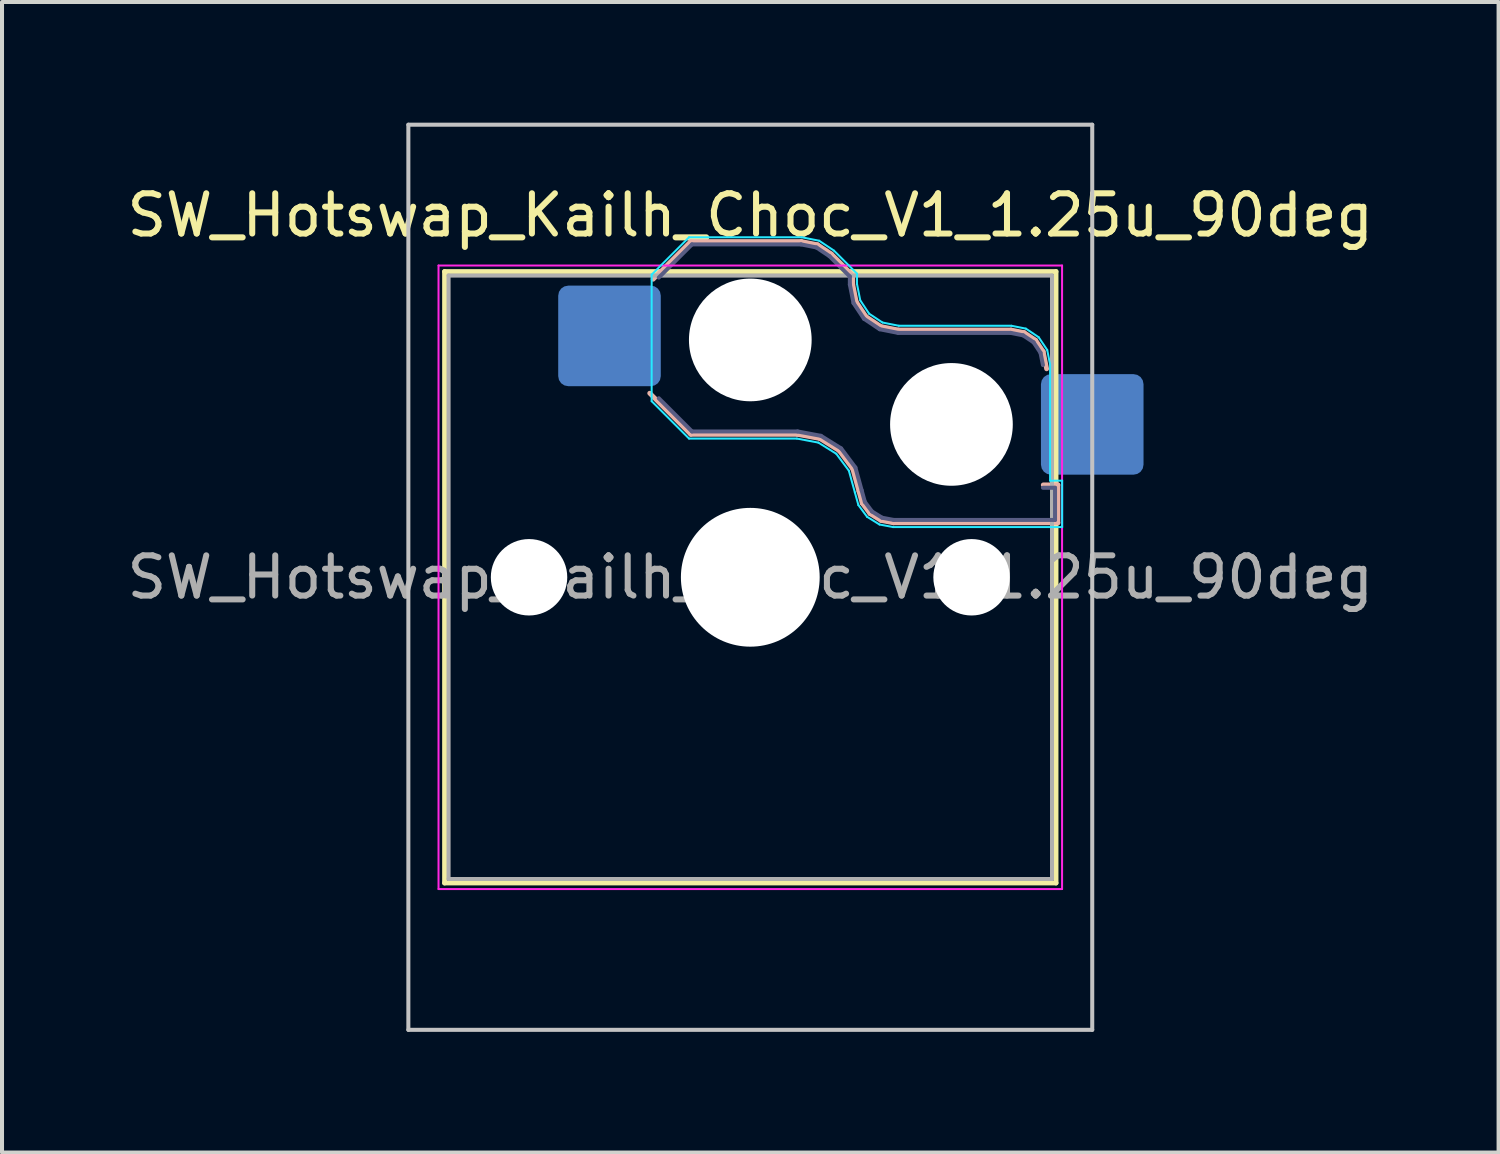
<source format=kicad_pcb>
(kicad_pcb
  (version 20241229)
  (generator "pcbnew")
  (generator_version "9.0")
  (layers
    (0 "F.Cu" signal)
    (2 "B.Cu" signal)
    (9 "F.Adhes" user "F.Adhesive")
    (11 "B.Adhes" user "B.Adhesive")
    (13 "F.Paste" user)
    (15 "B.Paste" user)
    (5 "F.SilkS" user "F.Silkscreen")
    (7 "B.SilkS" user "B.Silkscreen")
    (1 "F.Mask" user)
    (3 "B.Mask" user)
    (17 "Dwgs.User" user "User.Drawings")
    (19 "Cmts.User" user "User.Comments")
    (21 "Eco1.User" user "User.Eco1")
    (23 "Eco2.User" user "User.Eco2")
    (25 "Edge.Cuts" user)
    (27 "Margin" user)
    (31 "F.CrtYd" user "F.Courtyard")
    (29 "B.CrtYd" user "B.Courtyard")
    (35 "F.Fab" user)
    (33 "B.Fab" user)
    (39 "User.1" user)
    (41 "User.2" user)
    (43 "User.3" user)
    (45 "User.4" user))
  (footprint "SW_Hotswap_Kailh_Choc_V1_1.25u_90deg"
    (layer "F.Cu")
    (at 15.601 11.3)
    (property "Reference" "SW_Hotswap_Kailh_Choc_V1_1.25u_90deg" (at 0 -9 0) (layer "F.SilkS") (effects (font (size 1 1) (thickness 0.15))))
    (attr smd)
    (fp_line (start -7.6 -7.6) (end -7.6 7.6) (stroke (width 0.12) (type solid)) (layer "F.SilkS"))
    (fp_line (start -7.6 7.6) (end 7.6 7.6) (stroke (width 0.12) (type solid)) (layer "F.SilkS"))
    (fp_line (start 7.6 -7.6) (end -7.6 -7.6) (stroke (width 0.12) (type solid)) (layer "F.SilkS"))
    (fp_line (start 7.6 7.6) (end 7.6 -7.6) (stroke (width 0.12) (type solid)) (layer "F.SilkS"))
    (fp_line (start -2.416 -7.409) (end -1.479 -8.346) (stroke (width 0.12) (type solid)) (layer "B.SilkS"))
    (fp_line (start -1.479 -8.346) (end 1.268 -8.346) (stroke (width 0.12) (type solid)) (layer "B.SilkS"))
    (fp_line (start -1.479 -3.554) (end -2.5 -4.575) (stroke (width 0.12) (type solid)) (layer "B.SilkS"))
    (fp_line (start 1.168 -3.554) (end -1.479 -3.554) (stroke (width 0.12) (type solid)) (layer "B.SilkS"))
    (fp_line (start 1.268 -8.346) (end 1.671 -8.266) (stroke (width 0.12) (type solid)) (layer "B.SilkS"))
    (fp_line (start 1.671 -8.266) (end 2.013 -8.037) (stroke (width 0.12) (type solid)) (layer "B.SilkS"))
    (fp_line (start 1.73 -3.449) (end 1.168 -3.554) (stroke (width 0.12) (type solid)) (layer "B.SilkS"))
    (fp_line (start 2.013 -8.037) (end 2.546 -7.504) (stroke (width 0.12) (type solid)) (layer "B.SilkS"))
    (fp_line (start 2.209 -3.15) (end 1.73 -3.449) (stroke (width 0.12) (type solid)) (layer "B.SilkS"))
    (fp_line (start 2.546 -7.504) (end 2.546 -7.282) (stroke (width 0.12) (type solid)) (layer "B.SilkS"))
    (fp_line (start 2.546 -7.282) (end 2.633 -6.844) (stroke (width 0.12) (type solid)) (layer "B.SilkS"))
    (fp_line (start 2.547 -2.697) (end 2.209 -3.15) (stroke (width 0.12) (type solid)) (layer "B.SilkS"))
    (fp_line (start 2.633 -6.844) (end 2.877 -6.477) (stroke (width 0.12) (type solid)) (layer "B.SilkS"))
    (fp_line (start 2.701 -2.139) (end 2.547 -2.697) (stroke (width 0.12) (type solid)) (layer "B.SilkS"))
    (fp_line (start 2.783 -1.841) (end 2.701 -2.139) (stroke (width 0.12) (type solid)) (layer "B.SilkS"))
    (fp_line (start 2.877 -6.477) (end 3.244 -6.233) (stroke (width 0.12) (type solid)) (layer "B.SilkS"))
    (fp_line (start 2.976 -1.583) (end 2.783 -1.841) (stroke (width 0.12) (type solid)) (layer "B.SilkS"))
    (fp_line (start 3.244 -6.233) (end 3.682 -6.146) (stroke (width 0.12) (type solid)) (layer "B.SilkS"))
    (fp_line (start 3.25 -1.413) (end 2.976 -1.583) (stroke (width 0.12) (type solid)) (layer "B.SilkS"))
    (fp_line (start 3.56 -1.354) (end 3.25 -1.413) (stroke (width 0.12) (type solid)) (layer "B.SilkS"))
    (fp_line (start 3.682 -6.146) (end 6.482 -6.146) (stroke (width 0.12) (type solid)) (layer "B.SilkS"))
    (fp_line (start 6.482 -6.146) (end 6.809 -6.081) (stroke (width 0.12) (type solid)) (layer "B.SilkS"))
    (fp_line (start 6.809 -6.081) (end 7.092 -5.892) (stroke (width 0.12) (type solid)) (layer "B.SilkS"))
    (fp_line (start 7.092 -5.892) (end 7.281 -5.609) (stroke (width 0.12) (type solid)) (layer "B.SilkS"))
    (fp_line (start 7.281 -5.609) (end 7.366 -5.182) (stroke (width 0.12) (type solid)) (layer "B.SilkS"))
    (fp_line (start 7.283 -2.296) (end 7.646 -2.296) (stroke (width 0.12) (type solid)) (layer "B.SilkS"))
    (fp_line (start 7.646 -2.296) (end 7.646 -1.354) (stroke (width 0.12) (type solid)) (layer "B.SilkS"))
    (fp_line (start 7.646 -1.354) (end 3.56 -1.354) (stroke (width 0.12) (type solid)) (layer "B.SilkS"))
    (fp_line (start -8.5 -11.25) (end 8.5 -11.25) (stroke (width 0.1) (type solid)) (layer "Dwgs.User"))
    (fp_line (start -8.5 11.25) (end -8.5 -11.25) (stroke (width 0.1) (type solid)) (layer "Dwgs.User"))
    (fp_line (start 8.5 -11.25) (end 8.5 11.25) (stroke (width 0.1) (type solid)) (layer "Dwgs.User"))
    (fp_line (start 8.5 11.25) (end -8.5 11.25) (stroke (width 0.1) (type solid)) (layer "Dwgs.User"))
    (fp_line (start -7.25 -7.25) (end -7.25 7.25) (stroke (width 0.1) (type solid)) (layer "Eco1.User"))
    (fp_line (start -7.25 7.25) (end 7.25 7.25) (stroke (width 0.1) (type solid)) (layer "Eco1.User"))
    (fp_line (start 7.25 -7.25) (end -7.25 -7.25) (stroke (width 0.1) (type solid)) (layer "Eco1.User"))
    (fp_line (start 7.25 7.25) (end 7.25 -7.25) (stroke (width 0.1) (type solid)) (layer "Eco1.User"))
    (fp_line (start -2.452 -7.523) (end -1.523 -8.452) (stroke (width 0.05) (type solid)) (layer "B.CrtYd"))
    (fp_line (start -2.452 -4.377) (end -2.452 -7.523) (stroke (width 0.05) (type solid)) (layer "B.CrtYd"))
    (fp_line (start -1.523 -8.452) (end 1.278 -8.452) (stroke (width 0.05) (type solid)) (layer "B.CrtYd"))
    (fp_line (start -1.523 -3.448) (end -2.452 -4.377) (stroke (width 0.05) (type solid)) (layer "B.CrtYd"))
    (fp_line (start 1.159 -3.448) (end -1.523 -3.448) (stroke (width 0.05) (type solid)) (layer "B.CrtYd"))
    (fp_line (start 1.278 -8.452) (end 1.712 -8.366) (stroke (width 0.05) (type solid)) (layer "B.CrtYd"))
    (fp_line (start 1.691 -3.348) (end 1.159 -3.448) (stroke (width 0.05) (type solid)) (layer "B.CrtYd"))
    (fp_line (start 1.712 -8.366) (end 2.081 -8.119) (stroke (width 0.05) (type solid)) (layer "B.CrtYd"))
    (fp_line (start 2.081 -8.119) (end 2.652 -7.548) (stroke (width 0.05) (type solid)) (layer "B.CrtYd"))
    (fp_line (start 2.136 -3.071) (end 1.691 -3.348) (stroke (width 0.05) (type solid)) (layer "B.CrtYd"))
    (fp_line (start 2.45 -2.65) (end 2.136 -3.071) (stroke (width 0.05) (type solid)) (layer "B.CrtYd"))
    (fp_line (start 2.599 -2.111) (end 2.45 -2.65) (stroke (width 0.05) (type solid)) (layer "B.CrtYd"))
    (fp_line (start 2.652 -7.548) (end 2.652 -7.292) (stroke (width 0.05) (type solid)) (layer "B.CrtYd"))
    (fp_line (start 2.652 -7.292) (end 2.733 -6.885) (stroke (width 0.05) (type solid)) (layer "B.CrtYd"))
    (fp_line (start 2.687 -1.794) (end 2.599 -2.111) (stroke (width 0.05) (type solid)) (layer "B.CrtYd"))
    (fp_line (start 2.733 -6.885) (end 2.953 -6.553) (stroke (width 0.05) (type solid)) (layer "B.CrtYd"))
    (fp_line (start 2.903 -1.503) (end 2.687 -1.794) (stroke (width 0.05) (type solid)) (layer "B.CrtYd"))
    (fp_line (start 2.953 -6.553) (end 3.285 -6.333) (stroke (width 0.05) (type solid)) (layer "B.CrtYd"))
    (fp_line (start 3.211 -1.312) (end 2.903 -1.503) (stroke (width 0.05) (type solid)) (layer "B.CrtYd"))
    (fp_line (start 3.285 -6.333) (end 3.692 -6.252) (stroke (width 0.05) (type solid)) (layer "B.CrtYd"))
    (fp_line (start 3.55 -1.248) (end 3.211 -1.312) (stroke (width 0.05) (type solid)) (layer "B.CrtYd"))
    (fp_line (start 3.692 -6.252) (end 6.492 -6.252) (stroke (width 0.05) (type solid)) (layer "B.CrtYd"))
    (fp_line (start 6.492 -6.252) (end 6.85 -6.181) (stroke (width 0.05) (type solid)) (layer "B.CrtYd"))
    (fp_line (start 6.85 -6.181) (end 7.168 -5.968) (stroke (width 0.05) (type solid)) (layer "B.CrtYd"))
    (fp_line (start 7.168 -5.968) (end 7.381 -5.65) (stroke (width 0.05) (type solid)) (layer "B.CrtYd"))
    (fp_line (start 7.381 -5.65) (end 7.452 -5.292) (stroke (width 0.05) (type solid)) (layer "B.CrtYd"))
    (fp_line (start 7.452 -5.292) (end 7.452 -2.402) (stroke (width 0.05) (type solid)) (layer "B.CrtYd"))
    (fp_line (start 7.452 -2.402) (end 7.752 -2.402) (stroke (width 0.05) (type solid)) (layer "B.CrtYd"))
    (fp_line (start 7.752 -2.402) (end 7.752 -1.248) (stroke (width 0.05) (type solid)) (layer "B.CrtYd"))
    (fp_line (start 7.752 -1.248) (end 3.55 -1.248) (stroke (width 0.05) (type solid)) (layer "B.CrtYd"))
    (fp_line (start -7.75 -7.75) (end -7.75 7.75) (stroke (width 0.05) (type solid)) (layer "F.CrtYd"))
    (fp_line (start -7.75 7.75) (end 7.75 7.75) (stroke (width 0.05) (type solid)) (layer "F.CrtYd"))
    (fp_line (start 7.75 -7.75) (end -7.75 -7.75) (stroke (width 0.05) (type solid)) (layer "F.CrtYd"))
    (fp_line (start 7.75 7.75) (end 7.75 -7.75) (stroke (width 0.05) (type solid)) (layer "F.CrtYd"))
    (fp_line (start -2.275 -7.45) (end -1.45 -8.275) (stroke (width 0.1) (type solid)) (layer "B.Fab"))
    (fp_line (start -1.45 -8.275) (end 1.261 -8.275) (stroke (width 0.1) (type solid)) (layer "B.Fab"))
    (fp_line (start -1.45 -3.625) (end -2.275 -4.45) (stroke (width 0.1) (type solid)) (layer "B.Fab"))
    (fp_line (start 1.175 -3.625) (end -1.45 -3.625) (stroke (width 0.1) (type solid)) (layer "B.Fab"))
    (fp_line (start 1.261 -8.275) (end 1.643 -8.199) (stroke (width 0.1) (type solid)) (layer "B.Fab"))
    (fp_line (start 1.643 -8.199) (end 1.968 -7.982) (stroke (width 0.1) (type solid)) (layer "B.Fab"))
    (fp_line (start 1.756 -3.516) (end 1.175 -3.625) (stroke (width 0.1) (type solid)) (layer "B.Fab"))
    (fp_line (start 1.968 -7.982) (end 2.475 -7.475) (stroke (width 0.1) (type solid)) (layer "B.Fab"))
    (fp_line (start 2.258 -3.203) (end 1.756 -3.516) (stroke (width 0.1) (type solid)) (layer "B.Fab"))
    (fp_line (start 2.475 -7.475) (end 2.475 -7.275) (stroke (width 0.1) (type solid)) (layer "B.Fab"))
    (fp_line (start 2.475 -7.275) (end 2.566 -6.816) (stroke (width 0.1) (type solid)) (layer "B.Fab"))
    (fp_line (start 2.566 -6.816) (end 2.826 -6.426) (stroke (width 0.1) (type solid)) (layer "B.Fab"))
    (fp_line (start 2.612 -2.729) (end 2.258 -3.203) (stroke (width 0.1) (type solid)) (layer "B.Fab"))
    (fp_line (start 2.769 -2.158) (end 2.612 -2.729) (stroke (width 0.1) (type solid)) (layer "B.Fab"))
    (fp_line (start 2.826 -6.426) (end 3.216 -6.166) (stroke (width 0.1) (type solid)) (layer "B.Fab"))
    (fp_line (start 2.848 -1.873) (end 2.769 -2.158) (stroke (width 0.1) (type solid)) (layer "B.Fab"))
    (fp_line (start 3.025 -1.636) (end 2.848 -1.873) (stroke (width 0.1) (type solid)) (layer "B.Fab"))
    (fp_line (start 3.216 -6.166) (end 3.675 -6.075) (stroke (width 0.1) (type solid)) (layer "B.Fab"))
    (fp_line (start 3.276 -1.48) (end 3.025 -1.636) (stroke (width 0.1) (type solid)) (layer "B.Fab"))
    (fp_line (start 3.567 -1.425) (end 3.276 -1.48) (stroke (width 0.1) (type solid)) (layer "B.Fab"))
    (fp_line (start 3.675 -6.075) (end 6.475 -6.075) (stroke (width 0.1) (type solid)) (layer "B.Fab"))
    (fp_line (start 6.475 -6.075) (end 6.781 -6.014) (stroke (width 0.1) (type solid)) (layer "B.Fab"))
    (fp_line (start 6.781 -6.014) (end 7.041 -5.841) (stroke (width 0.1) (type solid)) (layer "B.Fab"))
    (fp_line (start 7.041 -5.841) (end 7.214 -5.581) (stroke (width 0.1) (type solid)) (layer "B.Fab"))
    (fp_line (start 7.214 -5.581) (end 7.275 -5.275) (stroke (width 0.1) (type solid)) (layer "B.Fab"))
    (fp_line (start 7.275 -2.225) (end 7.575 -2.225) (stroke (width 0.1) (type solid)) (layer "B.Fab"))
    (fp_line (start 7.575 -2.225) (end 7.575 -1.425) (stroke (width 0.1) (type solid)) (layer "B.Fab"))
    (fp_line (start 7.575 -1.425) (end 3.567 -1.425) (stroke (width 0.1) (type solid)) (layer "B.Fab"))
    (fp_line (start -7.5 -7.5) (end -7.5 7.5) (stroke (width 0.1) (type solid)) (layer "F.Fab"))
    (fp_line (start -7.5 7.5) (end 7.5 7.5) (stroke (width 0.1) (type solid)) (layer "F.Fab"))
    (fp_line (start 7.5 -7.5) (end -7.5 -7.5) (stroke (width 0.1) (type solid)) (layer "F.Fab"))
    (fp_line (start 7.5 7.5) (end 7.5 -7.5) (stroke (width 0.1) (type solid)) (layer "F.Fab"))
    (fp_text user "${REFERENCE}" (at 0 0 0) (layer "F.Fab") (effects (font (size 1 1) (thickness 0.15))))
    (pad "" np_thru_hole circle (at -5.5 0) (size 1.9 1.9) (drill 1.9) (layers "*.Cu" "*.Mask"))
    (pad "" np_thru_hole circle (at 0 -5.9) (size 3.05 3.05) (drill 3.05) (layers "*.Cu" "*.Mask"))
    (pad "" np_thru_hole circle (at 0 0) (size 3.45 3.45) (drill 3.45) (layers "*.Cu" "*.Mask"))
    (pad "" np_thru_hole circle (at 5 -3.8) (size 3.05 3.05) (drill 3.05) (layers "*.Cu" "*.Mask"))
    (pad "" np_thru_hole circle (at 5.5 0) (size 1.9 1.9) (drill 1.9) (layers "*.Cu" "*.Mask"))
    (pad "1" smd roundrect (at -3.5 -6) (size 2.55 2.5) (layers "B.Cu" "B.Mask" "B.Paste") (roundrect_rratio 0.1))
    (pad "2" smd roundrect (at 8.5 -3.8) (size 2.55 2.5) (layers "B.Cu" "B.Mask" "B.Paste") (roundrect_rratio 0.1)))
  (gr_rect
    (start -3 -3)
    (end 34.202 25.6)
    (stroke (width 0.1) (type default))
    (fill no)
    (layer "Edge.Cuts")))
</source>
